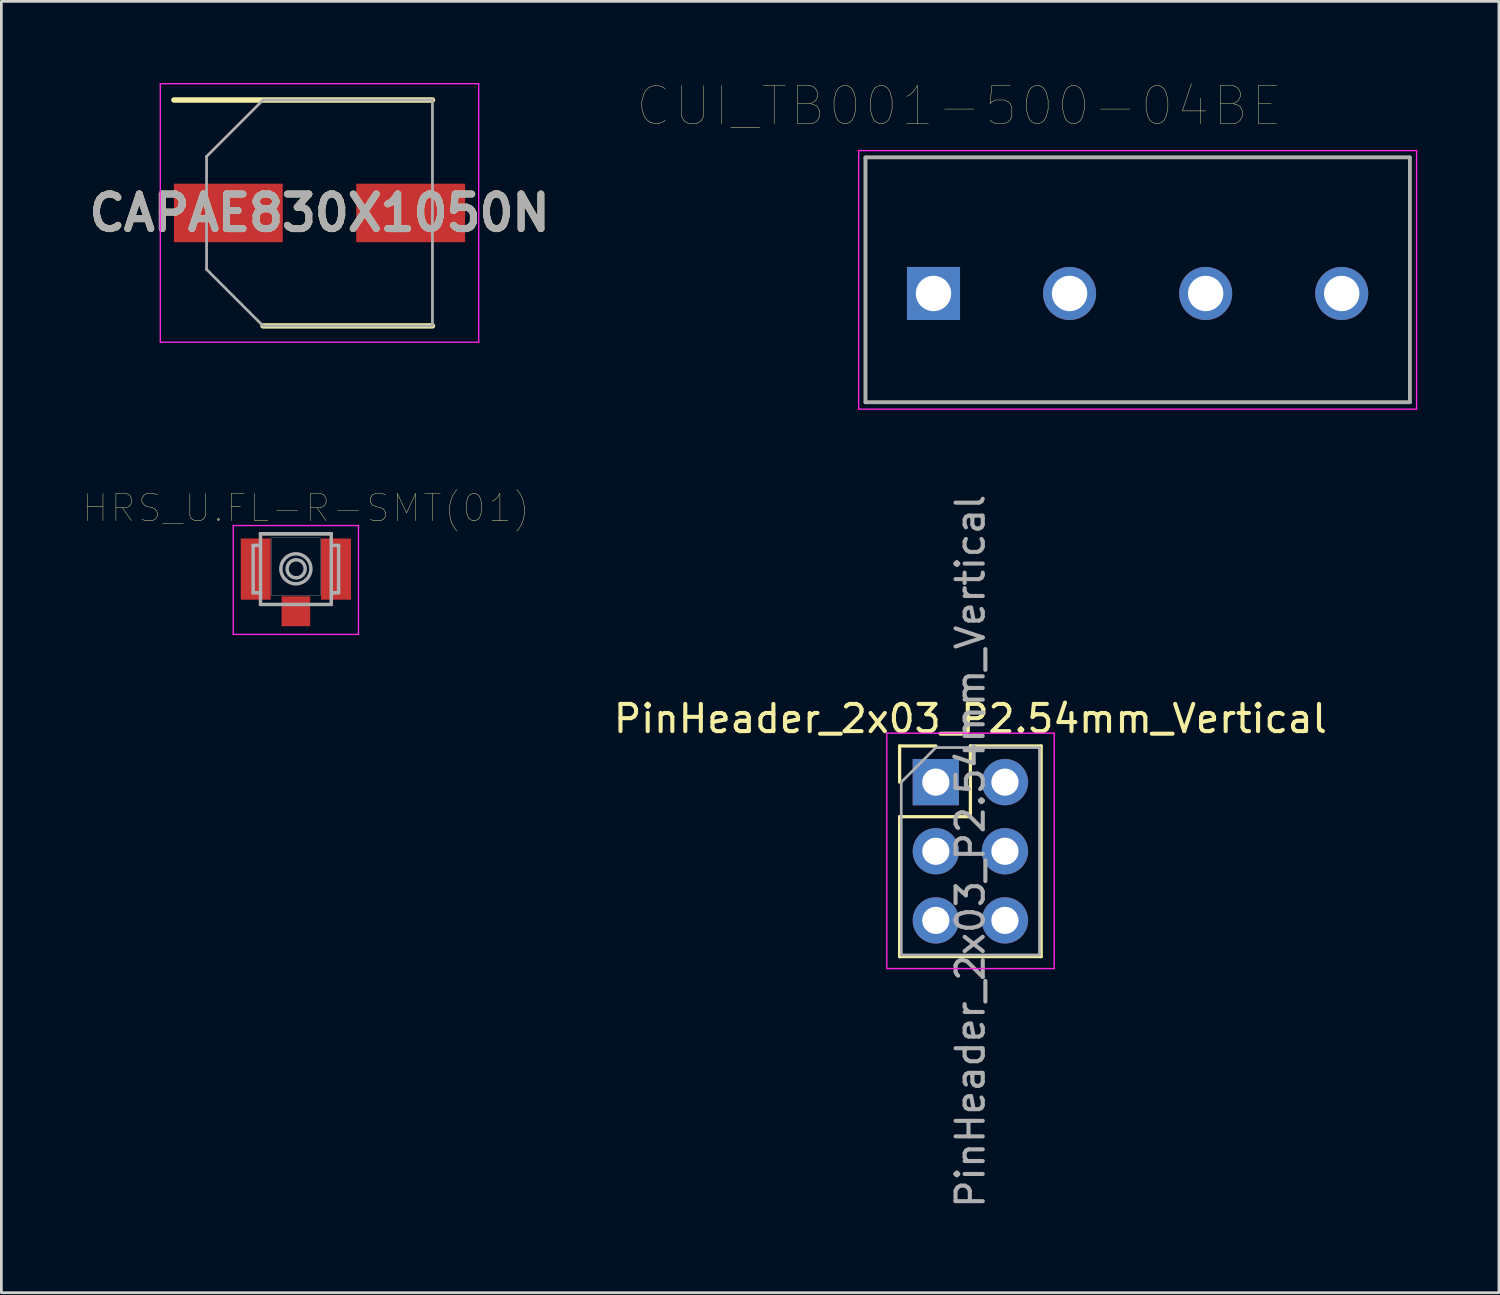
<source format=kicad_pcb>
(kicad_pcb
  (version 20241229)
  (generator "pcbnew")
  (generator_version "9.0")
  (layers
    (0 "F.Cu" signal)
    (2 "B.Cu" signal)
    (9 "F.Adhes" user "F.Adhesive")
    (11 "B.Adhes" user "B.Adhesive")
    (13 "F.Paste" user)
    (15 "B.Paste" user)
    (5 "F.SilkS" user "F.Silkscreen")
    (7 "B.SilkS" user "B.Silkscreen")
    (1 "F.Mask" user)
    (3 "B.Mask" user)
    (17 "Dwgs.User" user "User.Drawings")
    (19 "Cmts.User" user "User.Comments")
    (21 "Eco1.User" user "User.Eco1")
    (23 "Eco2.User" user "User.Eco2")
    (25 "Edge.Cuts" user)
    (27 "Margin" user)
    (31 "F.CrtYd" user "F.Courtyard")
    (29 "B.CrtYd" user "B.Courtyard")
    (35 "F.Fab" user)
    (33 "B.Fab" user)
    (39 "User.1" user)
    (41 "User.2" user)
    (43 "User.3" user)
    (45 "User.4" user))
  (footprint "PinHeader_2x03_P2.54mm_Vertical"
    (layer "F.Cu")
    (at 31.337 25.69)
    (property "Reference" "PinHeader_2x03_P2.54mm_Vertical" (at 1.27 -2.33 0) (layer "F.SilkS") (effects (font (size 1 1) (thickness 0.15))))
    (attr through_hole)
    (fp_line (start -1.33 -1.33) (end 0 -1.33) (stroke (width 0.12) (type solid)) (layer "F.SilkS"))
    (fp_line (start -1.33 0) (end -1.33 -1.33) (stroke (width 0.12) (type solid)) (layer "F.SilkS"))
    (fp_line (start -1.33 1.27) (end -1.33 6.41) (stroke (width 0.12) (type solid)) (layer "F.SilkS"))
    (fp_line (start -1.33 1.27) (end 1.27 1.27) (stroke (width 0.12) (type solid)) (layer "F.SilkS"))
    (fp_line (start -1.33 6.41) (end 3.87 6.41) (stroke (width 0.12) (type solid)) (layer "F.SilkS"))
    (fp_line (start 1.27 -1.33) (end 3.87 -1.33) (stroke (width 0.12) (type solid)) (layer "F.SilkS"))
    (fp_line (start 1.27 1.27) (end 1.27 -1.33) (stroke (width 0.12) (type solid)) (layer "F.SilkS"))
    (fp_line (start 3.87 -1.33) (end 3.87 6.41) (stroke (width 0.12) (type solid)) (layer "F.SilkS"))
    (fp_line (start -1.8 -1.8) (end -1.8 6.85) (stroke (width 0.05) (type solid)) (layer "F.CrtYd"))
    (fp_line (start -1.8 6.85) (end 4.35 6.85) (stroke (width 0.05) (type solid)) (layer "F.CrtYd"))
    (fp_line (start 4.35 -1.8) (end -1.8 -1.8) (stroke (width 0.05) (type solid)) (layer "F.CrtYd"))
    (fp_line (start 4.35 6.85) (end 4.35 -1.8) (stroke (width 0.05) (type solid)) (layer "F.CrtYd"))
    (fp_line (start -1.27 0) (end 0 -1.27) (stroke (width 0.1) (type solid)) (layer "F.Fab"))
    (fp_line (start -1.27 6.35) (end -1.27 0) (stroke (width 0.1) (type solid)) (layer "F.Fab"))
    (fp_line (start 0 -1.27) (end 3.81 -1.27) (stroke (width 0.1) (type solid)) (layer "F.Fab"))
    (fp_line (start 3.81 -1.27) (end 3.81 6.35) (stroke (width 0.1) (type solid)) (layer "F.Fab"))
    (fp_line (start 3.81 6.35) (end -1.27 6.35) (stroke (width 0.1) (type solid)) (layer "F.Fab"))
    (fp_text user "${REFERENCE}" (at 1.27 2.54 90) (layer "F.Fab") (effects (font (size 1 1) (thickness 0.15))))
    (pad "1" thru_hole rect (at 0 0) (size 1.7 1.7) (drill 1) (layers "*.Cu" "*.Mask"))
    (pad "2" thru_hole oval (at 0 2.54) (size 1.7 1.7) (drill 1) (layers "*.Cu" "*.Mask"))
    (pad "3" thru_hole oval (at 0 5.08) (size 1.7 1.7) (drill 1) (layers "*.Cu" "*.Mask"))
    (pad "4" thru_hole oval (at 2.54 0) (size 1.7 1.7) (drill 1) (layers "*.Cu" "*.Mask"))
    (pad "5" thru_hole oval (at 2.54 2.54) (size 1.7 1.7) (drill 1) (layers "*.Cu" "*.Mask"))
    (pad "6" thru_hole oval (at 2.54 5.08) (size 1.7 1.7) (drill 1) (layers "*.Cu" "*.Mask")))
  (footprint "CUI_TB001-500-04BE"
    (layer "F.Cu")
    (at 31.252 7.734)
    (property "Reference" "CUI_TB001-500-04BE" (at 0.945 -6.889 0) (layer "F.SilkS") (effects (font (size 1.4 1.4) (thickness 0.015))))
    (attr through_hole)
    (fp_line (start -2.5 -5) (end 17.5 -5) (stroke (width 0.127) (type solid)) (layer "F.SilkS"))
    (fp_line (start -2.5 4) (end -2.5 -5) (stroke (width 0.127) (type solid)) (layer "F.SilkS"))
    (fp_line (start 17.5 -5) (end 17.5 4) (stroke (width 0.127) (type solid)) (layer "F.SilkS"))
    (fp_line (start 17.5 4) (end -2.5 4) (stroke (width 0.127) (type solid)) (layer "F.SilkS"))
    (fp_line (start -2.75 -5.25) (end 17.75 -5.25) (stroke (width 0.05) (type solid)) (layer "F.CrtYd"))
    (fp_line (start -2.75 4.25) (end -2.75 -5.25) (stroke (width 0.05) (type solid)) (layer "F.CrtYd"))
    (fp_line (start 17.75 -5.25) (end 17.75 4.25) (stroke (width 0.05) (type solid)) (layer "F.CrtYd"))
    (fp_line (start 17.75 4.25) (end -2.75 4.25) (stroke (width 0.05) (type solid)) (layer "F.CrtYd"))
    (fp_line (start -2.5 -5) (end 17.5 -5) (stroke (width 0.127) (type solid)) (layer "F.Fab"))
    (fp_line (start -2.5 4) (end -2.5 -5) (stroke (width 0.127) (type solid)) (layer "F.Fab"))
    (fp_line (start 17.5 -5) (end 17.5 4) (stroke (width 0.127) (type solid)) (layer "F.Fab"))
    (fp_line (start 17.5 4) (end -2.5 4) (stroke (width 0.127) (type solid)) (layer "F.Fab"))
    (pad "1" thru_hole rect (at 0 0) (size 1.95 1.95) (drill 1.3) (layers "*.Cu" "*.Mask"))
    (pad "2" thru_hole circle (at 5 0) (size 1.95 1.95) (drill 1.3) (layers "*.Cu" "*.Mask"))
    (pad "3" thru_hole circle (at 10 0) (size 1.95 1.95) (drill 1.3) (layers "*.Cu" "*.Mask"))
    (pad "4" thru_hole circle (at 15 0) (size 1.95 1.95) (drill 1.3) (layers "*.Cu" "*.Mask")))
  (footprint "CAPAE830X1050N"
    (layer "F.Cu")
    (at 8.69 4.775)
    (property "Reference" "CAPAE830X1050N" (at 0 0 0) (layer "F.SilkS") (effects (font (size 1.27 1.27) (thickness 0.254))))
    (attr smd)
    (fp_line (start -5.35 -4.15) (end 4.15 -4.15) (stroke (width 0.2) (type solid)) (layer "F.SilkS"))
    (fp_line (start -2.075 4.15) (end 4.15 4.15) (stroke (width 0.2) (type solid)) (layer "F.SilkS"))
    (fp_line (start -5.85 -4.75) (end 5.85 -4.75) (stroke (width 0.05) (type solid)) (layer "F.CrtYd"))
    (fp_line (start -5.85 4.75) (end -5.85 -4.75) (stroke (width 0.05) (type solid)) (layer "F.CrtYd"))
    (fp_line (start 5.85 -4.75) (end 5.85 4.75) (stroke (width 0.05) (type solid)) (layer "F.CrtYd"))
    (fp_line (start 5.85 4.75) (end -5.85 4.75) (stroke (width 0.05) (type solid)) (layer "F.CrtYd"))
    (fp_line (start -4.15 -2.075) (end -4.15 2.075) (stroke (width 0.1) (type solid)) (layer "F.Fab"))
    (fp_line (start -4.15 2.075) (end -2.075 4.15) (stroke (width 0.1) (type solid)) (layer "F.Fab"))
    (fp_line (start -2.075 -4.15) (end -4.15 -2.075) (stroke (width 0.1) (type solid)) (layer "F.Fab"))
    (fp_line (start -2.075 4.15) (end 4.15 4.15) (stroke (width 0.1) (type solid)) (layer "F.Fab"))
    (fp_line (start 4.15 -4.15) (end -2.075 -4.15) (stroke (width 0.1) (type solid)) (layer "F.Fab"))
    (fp_line (start 4.15 4.15) (end 4.15 -4.15) (stroke (width 0.1) (type solid)) (layer "F.Fab"))
    (fp_text user "${REFERENCE}" (at 0 0 0) (layer "F.Fab") (effects (font (size 1.27 1.27) (thickness 0.254))))
    (pad "1" smd rect (at -3.35 0 90) (size 2.15 4) (layers "F.Cu" "F.Mask" "F.Paste"))
    (pad "2" smd rect (at 3.35 0 90) (size 2.15 4) (layers "F.Cu" "F.Mask" "F.Paste")))
  (footprint "HRS_U.FL-R-SMT(01)"
    (layer "F.Cu")
    (at 7.822 17.861)
    (property "Reference" "HRS_U.FL-R-SMT(01)" (at 0.371 -2.24 0) (layer "F.SilkS") (effects (font (size 1.001 1.001) (thickness 0.015))))
    (attr through_hole)
    (fp_line (start 1.3 -1.3) (end -1.3 -1.3) (stroke (width 0.127) (type solid)) (layer "F.SilkS"))
    (fp_poly (pts (xy -0.903 -1.15) (xy 0.9 -1.15) (xy 0.9 0.963) (xy -0.903 0.963)) (stroke (width 0.01) (type solid)) (fill no) (layer "Dwgs.User"))
    (fp_line (start -2.3 -1.6) (end -2.3 2.4) (stroke (width 0.05) (type solid)) (layer "F.CrtYd"))
    (fp_line (start -2.3 2.4) (end 2.3 2.4) (stroke (width 0.05) (type solid)) (layer "F.CrtYd"))
    (fp_line (start 2.3 -1.6) (end -2.3 -1.6) (stroke (width 0.05) (type solid)) (layer "F.CrtYd"))
    (fp_line (start 2.3 2.4) (end 2.3 -1.6) (stroke (width 0.05) (type solid)) (layer "F.CrtYd"))
    (fp_line (start -1.57 -0.87) (end -1.57 0.87) (stroke (width 0.127) (type solid)) (layer "F.Fab"))
    (fp_line (start -1.57 -0.87) (end -1.33 -0.87) (stroke (width 0.127) (type solid)) (layer "F.Fab"))
    (fp_line (start -1.57 0.87) (end -1.3 0.87) (stroke (width 0.127) (type solid)) (layer "F.Fab"))
    (fp_line (start -1.33 -0.87) (end -1.33 -0.88) (stroke (width 0.127) (type solid)) (layer "F.Fab"))
    (fp_line (start -1.3 -1.3) (end 1.3 -1.3) (stroke (width 0.127) (type solid)) (layer "F.Fab"))
    (fp_line (start -1.3 0.87) (end -1.3 -1.3) (stroke (width 0.127) (type solid)) (layer "F.Fab"))
    (fp_line (start -1.3 1.3) (end -1.3 0.87) (stroke (width 0.127) (type solid)) (layer "F.Fab"))
    (fp_line (start -1.3 1.3) (end 1.3 1.3) (stroke (width 0.127) (type solid)) (layer "F.Fab"))
    (fp_line (start 1.3 -1.3) (end 1.3 1.3) (stroke (width 0.127) (type solid)) (layer "F.Fab"))
    (fp_line (start 1.34 0.9) (end 1.34 0.91) (stroke (width 0.127) (type solid)) (layer "F.Fab"))
    (fp_line (start 1.38 -0.87) (end 1.57 -0.87) (stroke (width 0.127) (type solid)) (layer "F.Fab"))
    (fp_line (start 1.57 -0.87) (end 1.57 0.87) (stroke (width 0.127) (type solid)) (layer "F.Fab"))
    (fp_line (start 1.57 0.87) (end 1.34 0.87) (stroke (width 0.127) (type solid)) (layer "F.Fab"))
    (fp_circle (center 0 -0.01) (end 0.552 -0.01) (stroke (width 0.127) (type solid)) (fill no) (layer "F.Fab"))
    (fp_circle (center 0.01 -0.01) (end 0.342 -0.01) (stroke (width 0.127) (type solid)) (fill no) (layer "F.Fab"))
    (pad "1" smd rect (at -1.475 0) (size 1.1 2.25) (layers "F.Cu" "F.Mask" "F.Paste"))
    (pad "2" smd rect (at 1.475 0) (size 1.1 2.25) (layers "F.Cu" "F.Mask" "F.Paste"))
    (pad "3" smd rect (at 0 1.55) (size 1.05 1.1) (layers "F.Cu" "F.Mask" "F.Paste")))
  (gr_rect
    (start -3 -3)
    (end 52.027 44.45)
    (stroke (width 0.1) (type default))
    (fill no)
    (layer "Edge.Cuts")))
</source>
